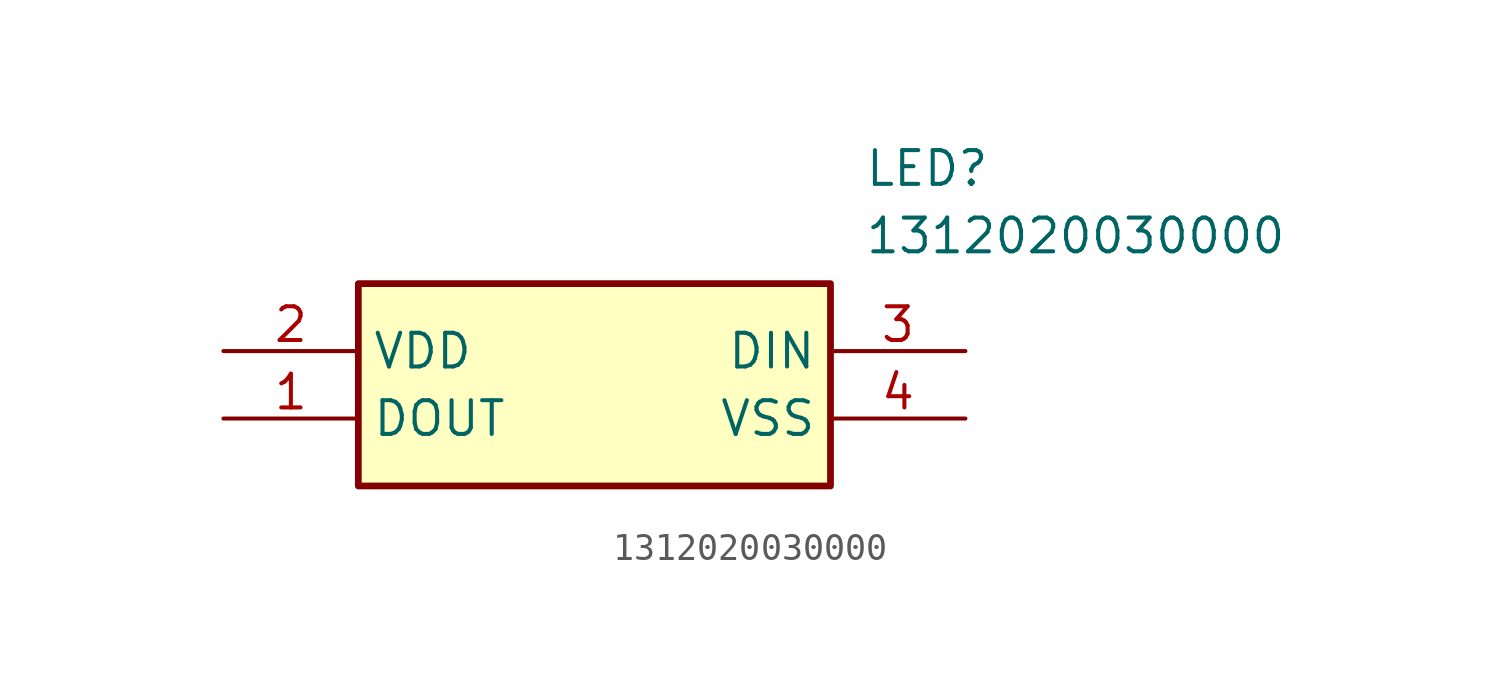
<source format=kicad_sym>
(kicad_symbol_lib
  (version 20211014)
  (generator SamacSys_ECAD_Model)
  (symbol "1312020030000"
    (property "Reference" "LED"
      (at 24.13 7.62 0)
      (effects (font (size 1.27 1.27)) (justify left top)))
    (property "Value" "1312020030000"
      (at 24.13 5.08 0)
      (effects (font (size 1.27 1.27)) (justify left top)))
    (rectangle
      (start 5.08 2.54)
      (end 22.86 -5.08)
      (stroke (width 0.254) (type default))
      (fill (type background)))
    (pin passive line
      (at 0 -2.54 0)
      (length 5.08)
      (name "DOUT" (effects (font (size 1.27 1.27))))
      (number "1" (effects (font (size 1.27 1.27)))))
    (pin passive line
      (at 0 0 0)
      (length 5.08)
      (name "VDD" (effects (font (size 1.27 1.27))))
      (number "2" (effects (font (size 1.27 1.27)))))
    (pin passive line
      (at 27.94 0 180)
      (length 5.08)
      (name "DIN" (effects (font (size 1.27 1.27))))
      (number "3" (effects (font (size 1.27 1.27)))))
    (pin passive line
      (at 27.94 -2.54 180)
      (length 5.08)
      (name "VSS" (effects (font (size 1.27 1.27))))
      (number "4" (effects (font (size 1.27 1.27)))))))
</source>
